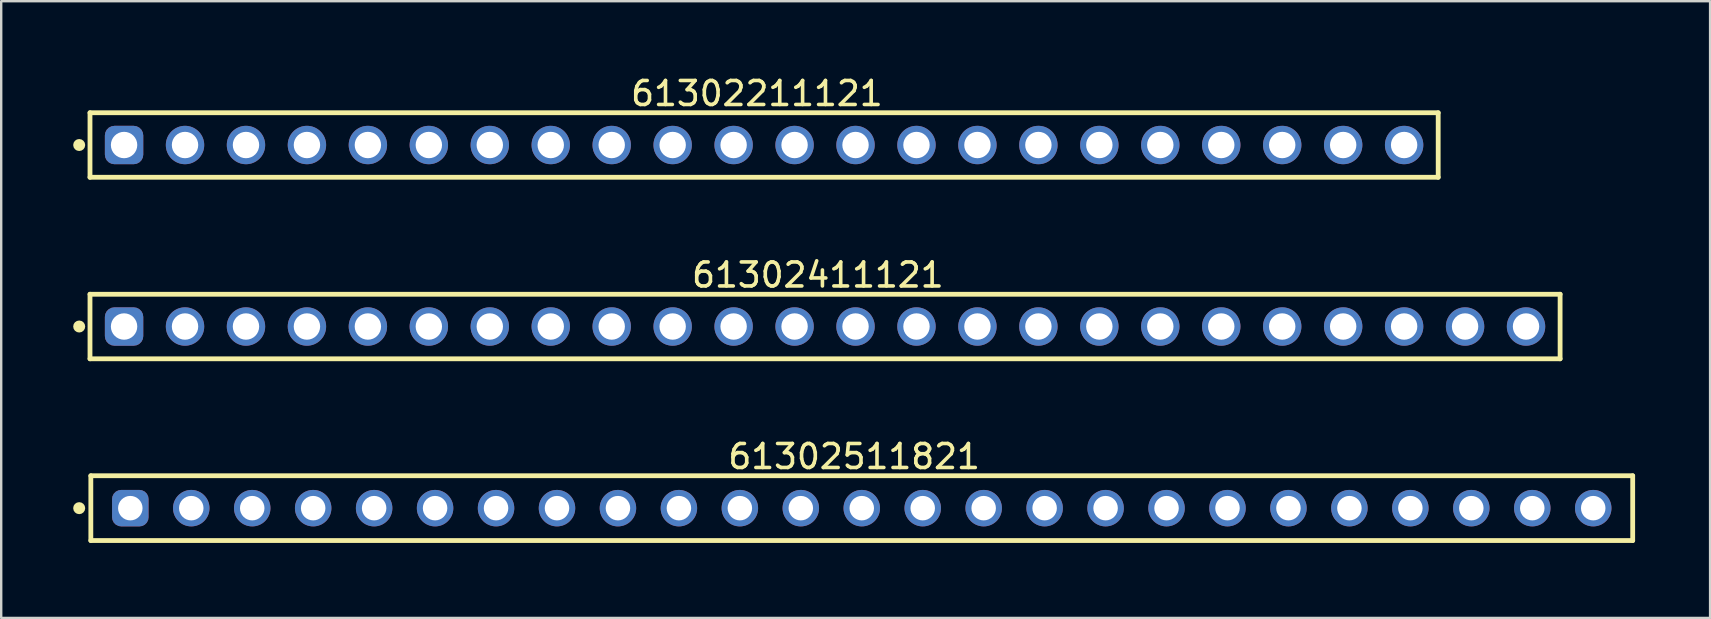
<source format=kicad_pcb>
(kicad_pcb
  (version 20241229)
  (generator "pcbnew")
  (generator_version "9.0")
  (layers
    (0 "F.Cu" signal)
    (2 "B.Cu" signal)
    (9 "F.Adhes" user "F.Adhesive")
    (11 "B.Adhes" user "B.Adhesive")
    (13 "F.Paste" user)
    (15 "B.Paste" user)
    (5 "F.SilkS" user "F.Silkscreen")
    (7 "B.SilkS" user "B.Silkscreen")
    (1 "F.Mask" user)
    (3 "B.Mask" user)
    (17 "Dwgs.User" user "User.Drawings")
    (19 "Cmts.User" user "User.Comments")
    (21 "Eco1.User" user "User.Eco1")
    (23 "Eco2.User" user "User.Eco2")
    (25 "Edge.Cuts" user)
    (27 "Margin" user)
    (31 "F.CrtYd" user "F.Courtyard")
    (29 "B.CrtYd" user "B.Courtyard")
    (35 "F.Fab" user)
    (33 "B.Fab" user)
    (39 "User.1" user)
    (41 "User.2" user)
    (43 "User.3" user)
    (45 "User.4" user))
  (footprint "61302211121"
    (layer "F.Cu")
    (at 28.79 2.993)
    (property "Reference" "61302211121" (at -0.3 -2.145 0) (layer "F.SilkS") (effects (font (size 1 1) (thickness 0.15))))
    (fp_line (start -28.09 -1.345) (end 28.09 -1.345) (stroke (width 0.2) (type solid)) (layer "F.SilkS"))
    (fp_line (start -28.09 1.345) (end -28.09 -1.345) (stroke (width 0.2) (type solid)) (layer "F.SilkS"))
    (fp_line (start -28.09 1.345) (end 28.09 1.345) (stroke (width 0.2) (type solid)) (layer "F.SilkS"))
    (fp_line (start 28.09 1.345) (end 28.09 -1.345) (stroke (width 0.2) (type solid)) (layer "F.SilkS"))
    (fp_circle (center -28.54 0) (end -28.54 -0.125) (stroke (width 0.25) (type solid)) (fill no) (layer "F.SilkS"))
    (fp_line (start -28.29 -1.545) (end 28.29 -1.545) (stroke (width 0.05) (type solid)) (layer "Eco2.User"))
    (fp_line (start -28.29 1.545) (end -28.29 -1.545) (stroke (width 0.05) (type solid)) (layer "Eco2.User"))
    (fp_line (start -28.29 1.545) (end 28.29 1.545) (stroke (width 0.05) (type solid)) (layer "Eco2.User"))
    (fp_line (start -27.94 -1.27) (end 27.94 -1.27) (stroke (width 0.1) (type solid)) (layer "Eco2.User"))
    (fp_line (start -27.94 1.27) (end -27.94 -1.27) (stroke (width 0.1) (type solid)) (layer "Eco2.User"))
    (fp_line (start -27.94 1.27) (end 27.94 1.27) (stroke (width 0.1) (type solid)) (layer "Eco2.User"))
    (fp_line (start -0.5 0) (end 0.5 0) (stroke (width 0.05) (type solid)) (layer "Eco2.User"))
    (fp_line (start 0 0.5) (end 0 -0.5) (stroke (width 0.05) (type solid)) (layer "Eco2.User"))
    (fp_line (start 27.94 1.27) (end 27.94 -1.27) (stroke (width 0.1) (type solid)) (layer "Eco2.User"))
    (fp_line (start 28.29 1.545) (end 28.29 -1.545) (stroke (width 0.05) (type solid)) (layer "Eco2.User"))
    (fp_text user "${REFERENCE}" (at 0.15 -0.197 0) (unlocked yes) (layer "User.3") (effects (font (size 1.5 1.5) (thickness 0.15))))
    (pad "1" thru_hole roundrect (at -26.67 0) (size 1.6 1.6) (drill 1.1) (layers "*.Cu" "*.Mask") (roundrect_rratio 0.25))
    (pad "2" thru_hole circle (at -24.13 0) (size 1.6 1.6) (drill 1.1) (layers "*.Cu" "*.Mask"))
    (pad "3" thru_hole circle (at -21.59 0) (size 1.6 1.6) (drill 1.1) (layers "*.Cu" "*.Mask"))
    (pad "4" thru_hole circle (at -19.05 0) (size 1.6 1.6) (drill 1.1) (layers "*.Cu" "*.Mask"))
    (pad "5" thru_hole circle (at -16.51 0) (size 1.6 1.6) (drill 1.1) (layers "*.Cu" "*.Mask"))
    (pad "6" thru_hole circle (at -13.97 0) (size 1.6 1.6) (drill 1.1) (layers "*.Cu" "*.Mask"))
    (pad "7" thru_hole circle (at -11.43 0) (size 1.6 1.6) (drill 1.1) (layers "*.Cu" "*.Mask"))
    (pad "8" thru_hole circle (at -8.89 0) (size 1.6 1.6) (drill 1.1) (layers "*.Cu" "*.Mask"))
    (pad "9" thru_hole circle (at -6.35 0) (size 1.6 1.6) (drill 1.1) (layers "*.Cu" "*.Mask"))
    (pad "10" thru_hole circle (at -3.81 0) (size 1.6 1.6) (drill 1.1) (layers "*.Cu" "*.Mask"))
    (pad "11" thru_hole circle (at -1.27 0) (size 1.6 1.6) (drill 1.1) (layers "*.Cu" "*.Mask"))
    (pad "12" thru_hole circle (at 1.27 0) (size 1.6 1.6) (drill 1.1) (layers "*.Cu" "*.Mask"))
    (pad "13" thru_hole circle (at 3.81 0) (size 1.6 1.6) (drill 1.1) (layers "*.Cu" "*.Mask"))
    (pad "14" thru_hole circle (at 6.35 0) (size 1.6 1.6) (drill 1.1) (layers "*.Cu" "*.Mask"))
    (pad "15" thru_hole circle (at 8.89 0) (size 1.6 1.6) (drill 1.1) (layers "*.Cu" "*.Mask"))
    (pad "16" thru_hole circle (at 11.43 0) (size 1.6 1.6) (drill 1.1) (layers "*.Cu" "*.Mask"))
    (pad "17" thru_hole circle (at 13.97 0) (size 1.6 1.6) (drill 1.1) (layers "*.Cu" "*.Mask"))
    (pad "18" thru_hole circle (at 16.51 0) (size 1.6 1.6) (drill 1.1) (layers "*.Cu" "*.Mask"))
    (pad "19" thru_hole circle (at 19.05 0) (size 1.6 1.6) (drill 1.1) (layers "*.Cu" "*.Mask"))
    (pad "20" thru_hole circle (at 21.59 0) (size 1.6 1.6) (drill 1.1) (layers "*.Cu" "*.Mask"))
    (pad "21" thru_hole circle (at 24.13 0) (size 1.6 1.6) (drill 1.1) (layers "*.Cu" "*.Mask"))
    (pad "22" thru_hole circle (at 26.67 0) (size 1.6 1.6) (drill 1.1) (layers "*.Cu" "*.Mask")))
  (footprint "61302411121"
    (layer "F.Cu")
    (at 31.33 10.556)
    (property "Reference" "61302411121" (at -0.3 -2.145 0) (layer "F.SilkS") (effects (font (size 1 1) (thickness 0.15))))
    (fp_line (start -30.63 -1.345) (end 30.63 -1.345) (stroke (width 0.2) (type solid)) (layer "F.SilkS"))
    (fp_line (start -30.63 1.345) (end -30.63 -1.345) (stroke (width 0.2) (type solid)) (layer "F.SilkS"))
    (fp_line (start -30.63 1.345) (end 30.63 1.345) (stroke (width 0.2) (type solid)) (layer "F.SilkS"))
    (fp_line (start 30.63 1.345) (end 30.63 -1.345) (stroke (width 0.2) (type solid)) (layer "F.SilkS"))
    (fp_circle (center -31.08 0) (end -31.08 -0.125) (stroke (width 0.25) (type solid)) (fill no) (layer "F.SilkS"))
    (fp_line (start -30.83 -1.545) (end 30.83 -1.545) (stroke (width 0.05) (type solid)) (layer "Eco2.User"))
    (fp_line (start -30.83 1.545) (end -30.83 -1.545) (stroke (width 0.05) (type solid)) (layer "Eco2.User"))
    (fp_line (start -30.83 1.545) (end 30.83 1.545) (stroke (width 0.05) (type solid)) (layer "Eco2.User"))
    (fp_line (start -30.48 -1.27) (end 30.48 -1.27) (stroke (width 0.1) (type solid)) (layer "Eco2.User"))
    (fp_line (start -30.48 1.27) (end -30.48 -1.27) (stroke (width 0.1) (type solid)) (layer "Eco2.User"))
    (fp_line (start -30.48 1.27) (end 30.48 1.27) (stroke (width 0.1) (type solid)) (layer "Eco2.User"))
    (fp_line (start -0.5 0) (end 0.5 0) (stroke (width 0.05) (type solid)) (layer "Eco2.User"))
    (fp_line (start 0 0.5) (end 0 -0.5) (stroke (width 0.05) (type solid)) (layer "Eco2.User"))
    (fp_line (start 30.48 1.27) (end 30.48 -1.27) (stroke (width 0.1) (type solid)) (layer "Eco2.User"))
    (fp_line (start 30.83 1.545) (end 30.83 -1.545) (stroke (width 0.05) (type solid)) (layer "Eco2.User"))
    (fp_text user "${REFERENCE}" (at 0.15 -0.197 0) (unlocked yes) (layer "User.3") (effects (font (size 1.5 1.5) (thickness 0.15))))
    (pad "1" thru_hole roundrect (at -29.21 0) (size 1.6 1.6) (drill 1.1) (layers "*.Cu" "*.Mask") (roundrect_rratio 0.25))
    (pad "2" thru_hole circle (at -26.67 0) (size 1.6 1.6) (drill 1.1) (layers "*.Cu" "*.Mask"))
    (pad "3" thru_hole circle (at -24.13 0) (size 1.6 1.6) (drill 1.1) (layers "*.Cu" "*.Mask"))
    (pad "4" thru_hole circle (at -21.59 0) (size 1.6 1.6) (drill 1.1) (layers "*.Cu" "*.Mask"))
    (pad "5" thru_hole circle (at -19.05 0) (size 1.6 1.6) (drill 1.1) (layers "*.Cu" "*.Mask"))
    (pad "6" thru_hole circle (at -16.51 0) (size 1.6 1.6) (drill 1.1) (layers "*.Cu" "*.Mask"))
    (pad "7" thru_hole circle (at -13.97 0) (size 1.6 1.6) (drill 1.1) (layers "*.Cu" "*.Mask"))
    (pad "8" thru_hole circle (at -11.43 0) (size 1.6 1.6) (drill 1.1) (layers "*.Cu" "*.Mask"))
    (pad "9" thru_hole circle (at -8.89 0) (size 1.6 1.6) (drill 1.1) (layers "*.Cu" "*.Mask"))
    (pad "10" thru_hole circle (at -6.35 0) (size 1.6 1.6) (drill 1.1) (layers "*.Cu" "*.Mask"))
    (pad "11" thru_hole circle (at -3.81 0) (size 1.6 1.6) (drill 1.1) (layers "*.Cu" "*.Mask"))
    (pad "12" thru_hole circle (at -1.27 0) (size 1.6 1.6) (drill 1.1) (layers "*.Cu" "*.Mask"))
    (pad "13" thru_hole circle (at 1.27 0) (size 1.6 1.6) (drill 1.1) (layers "*.Cu" "*.Mask"))
    (pad "14" thru_hole circle (at 3.81 0) (size 1.6 1.6) (drill 1.1) (layers "*.Cu" "*.Mask"))
    (pad "15" thru_hole circle (at 6.35 0) (size 1.6 1.6) (drill 1.1) (layers "*.Cu" "*.Mask"))
    (pad "16" thru_hole circle (at 8.89 0) (size 1.6 1.6) (drill 1.1) (layers "*.Cu" "*.Mask"))
    (pad "17" thru_hole circle (at 11.43 0) (size 1.6 1.6) (drill 1.1) (layers "*.Cu" "*.Mask"))
    (pad "18" thru_hole circle (at 13.97 0) (size 1.6 1.6) (drill 1.1) (layers "*.Cu" "*.Mask"))
    (pad "19" thru_hole circle (at 16.51 0) (size 1.6 1.6) (drill 1.1) (layers "*.Cu" "*.Mask"))
    (pad "20" thru_hole circle (at 19.05 0) (size 1.6 1.6) (drill 1.1) (layers "*.Cu" "*.Mask"))
    (pad "21" thru_hole circle (at 21.59 0) (size 1.6 1.6) (drill 1.1) (layers "*.Cu" "*.Mask"))
    (pad "22" thru_hole circle (at 24.13 0) (size 1.6 1.6) (drill 1.1) (layers "*.Cu" "*.Mask"))
    (pad "23" thru_hole circle (at 26.67 0) (size 1.6 1.6) (drill 1.1) (layers "*.Cu" "*.Mask"))
    (pad "24" thru_hole circle (at 29.21 0) (size 1.6 1.6) (drill 1.1) (layers "*.Cu" "*.Mask")))
  (footprint "61302511821"
    (layer "F.Cu")
    (at 32.86 18.125)
    (property "Reference" "61302511821" (at -0.318 -2.15 0) (layer "F.SilkS") (effects (font (size 1 1) (thickness 0.15))))
    (fp_line (start -32.125 -1.35) (end 32.125 -1.35) (stroke (width 0.2) (type solid)) (layer "F.SilkS"))
    (fp_line (start -32.125 1.35) (end -32.125 -1.35) (stroke (width 0.2) (type solid)) (layer "F.SilkS"))
    (fp_line (start -32.125 1.35) (end 32.125 1.35) (stroke (width 0.2) (type solid)) (layer "F.SilkS"))
    (fp_line (start 32.125 1.35) (end 32.125 -1.35) (stroke (width 0.2) (type solid)) (layer "F.SilkS"))
    (fp_circle (center -32.61 0) (end -32.61 -0.125) (stroke (width 0.25) (type solid)) (fill no) (layer "F.SilkS"))
    (fp_line (start -32.325 -1.55) (end 32.325 -1.55) (stroke (width 0.05) (type solid)) (layer "Eco2.User"))
    (fp_line (start -32.325 1.55) (end -32.325 -1.55) (stroke (width 0.05) (type solid)) (layer "Eco2.User"))
    (fp_line (start -32.325 1.55) (end 32.325 1.55) (stroke (width 0.05) (type solid)) (layer "Eco2.User"))
    (fp_line (start -32 -1.25) (end 32 -1.25) (stroke (width 0.1) (type solid)) (layer "Eco2.User"))
    (fp_line (start -32 1.25) (end -32 -1.25) (stroke (width 0.1) (type solid)) (layer "Eco2.User"))
    (fp_line (start -32 1.25) (end 32 1.25) (stroke (width 0.1) (type solid)) (layer "Eco2.User"))
    (fp_line (start -0.5 0) (end 0.5 0) (stroke (width 0.05) (type solid)) (layer "Eco2.User"))
    (fp_line (start 0 0.5) (end 0 -0.5) (stroke (width 0.05) (type solid)) (layer "Eco2.User"))
    (fp_line (start 32 1.25) (end 32 -1.25) (stroke (width 0.1) (type solid)) (layer "Eco2.User"))
    (fp_line (start 32.325 1.55) (end 32.325 -1.55) (stroke (width 0.05) (type solid)) (layer "Eco2.User"))
    (fp_text user "${REFERENCE}" (at 0.15 -0.197 0) (unlocked yes) (layer "User.3") (effects (font (size 1.5 1.5) (thickness 0.15))))
    (pad "1" thru_hole roundrect (at -30.48 0) (size 1.52 1.52) (drill 1.02) (layers "*.Cu" "*.Mask") (roundrect_rratio 0.25))
    (pad "2" thru_hole circle (at -27.94 0) (size 1.52 1.52) (drill 1.02) (layers "*.Cu" "*.Mask"))
    (pad "3" thru_hole circle (at -25.4 0) (size 1.52 1.52) (drill 1.02) (layers "*.Cu" "*.Mask"))
    (pad "4" thru_hole circle (at -22.86 0) (size 1.52 1.52) (drill 1.02) (layers "*.Cu" "*.Mask"))
    (pad "5" thru_hole circle (at -20.32 0) (size 1.52 1.52) (drill 1.02) (layers "*.Cu" "*.Mask"))
    (pad "6" thru_hole circle (at -17.78 0) (size 1.52 1.52) (drill 1.02) (layers "*.Cu" "*.Mask"))
    (pad "7" thru_hole circle (at -15.24 0) (size 1.52 1.52) (drill 1.02) (layers "*.Cu" "*.Mask"))
    (pad "8" thru_hole circle (at -12.7 0) (size 1.52 1.52) (drill 1.02) (layers "*.Cu" "*.Mask"))
    (pad "9" thru_hole circle (at -10.16 0) (size 1.52 1.52) (drill 1.02) (layers "*.Cu" "*.Mask"))
    (pad "10" thru_hole circle (at -7.62 0) (size 1.52 1.52) (drill 1.02) (layers "*.Cu" "*.Mask"))
    (pad "11" thru_hole circle (at -5.08 0) (size 1.52 1.52) (drill 1.02) (layers "*.Cu" "*.Mask"))
    (pad "12" thru_hole circle (at -2.54 0) (size 1.52 1.52) (drill 1.02) (layers "*.Cu" "*.Mask"))
    (pad "13" thru_hole circle (at 0 0) (size 1.52 1.52) (drill 1.02) (layers "*.Cu" "*.Mask"))
    (pad "14" thru_hole circle (at 2.54 0) (size 1.52 1.52) (drill 1.02) (layers "*.Cu" "*.Mask"))
    (pad "15" thru_hole circle (at 5.08 0) (size 1.52 1.52) (drill 1.02) (layers "*.Cu" "*.Mask"))
    (pad "16" thru_hole circle (at 7.62 0) (size 1.52 1.52) (drill 1.02) (layers "*.Cu" "*.Mask"))
    (pad "17" thru_hole circle (at 10.16 0) (size 1.52 1.52) (drill 1.02) (layers "*.Cu" "*.Mask"))
    (pad "18" thru_hole circle (at 12.7 0) (size 1.52 1.52) (drill 1.02) (layers "*.Cu" "*.Mask"))
    (pad "19" thru_hole circle (at 15.24 0) (size 1.52 1.52) (drill 1.02) (layers "*.Cu" "*.Mask"))
    (pad "20" thru_hole circle (at 17.78 0) (size 1.52 1.52) (drill 1.02) (layers "*.Cu" "*.Mask"))
    (pad "21" thru_hole circle (at 20.32 0) (size 1.52 1.52) (drill 1.02) (layers "*.Cu" "*.Mask"))
    (pad "22" thru_hole circle (at 22.86 0) (size 1.52 1.52) (drill 1.02) (layers "*.Cu" "*.Mask"))
    (pad "23" thru_hole circle (at 25.4 0) (size 1.52 1.52) (drill 1.02) (layers "*.Cu" "*.Mask"))
    (pad "24" thru_hole circle (at 27.94 0) (size 1.52 1.52) (drill 1.02) (layers "*.Cu" "*.Mask"))
    (pad "25" thru_hole circle (at 30.48 0) (size 1.52 1.52) (drill 1.02) (layers "*.Cu" "*.Mask")))
  (gr_rect
    (start -3 -3)
    (end 68.21 22.7)
    (stroke (width 0.1) (type default))
    (fill no)
    (layer "Edge.Cuts")))
</source>
